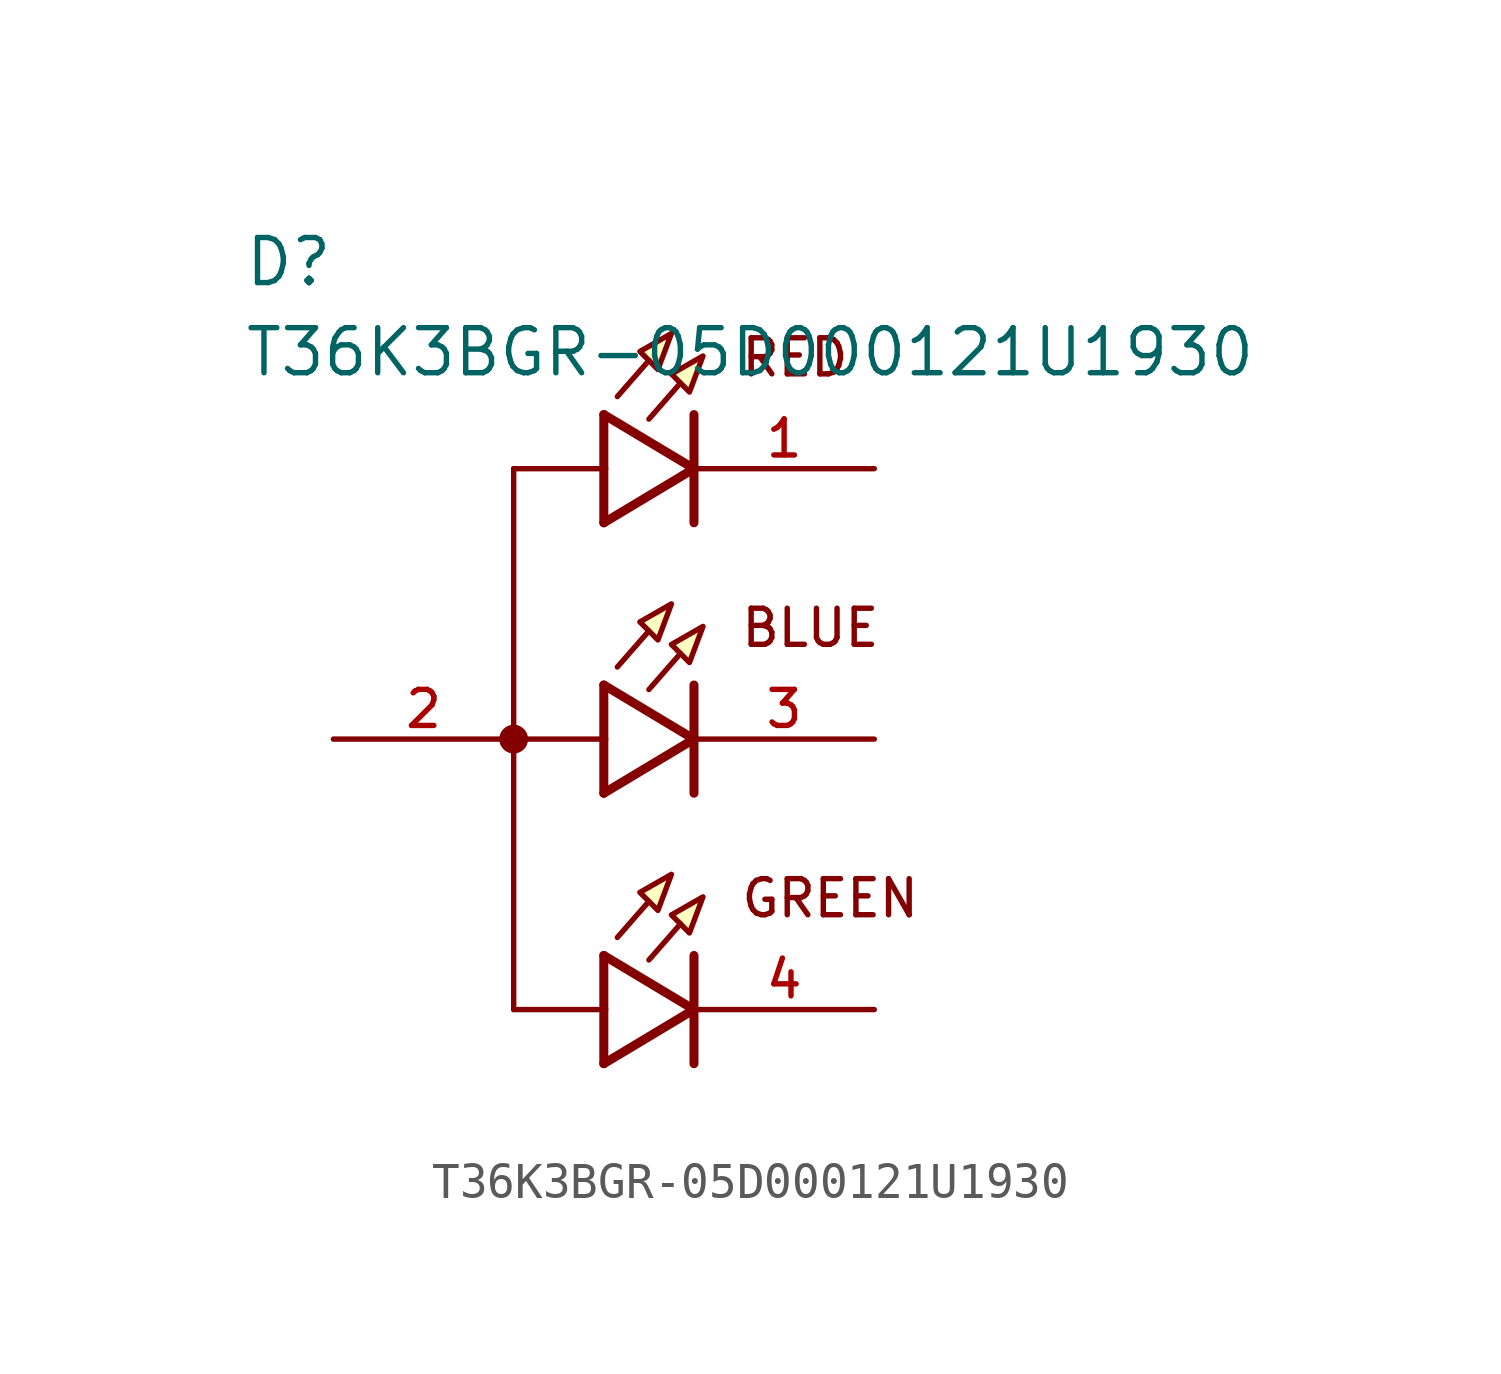
<source format=kicad_sym>
(kicad_symbol_lib
  (version 20220914)
  (generator kicad_symbol_editor)
  (symbol "T36K3BGR-05D000121U1930"
    (pin_names
      (offset 1.016) hide)
    (property "Reference" "D"
      (at -10.16 12.7 0)
      (effects (font (size 1.27 1.27)) (justify left bottom)))
    (property "Value" "T36K3BGR-05D000121U1930"
      (at -10.16 10.16 0)
      (effects (font (size 1.27 1.27)) (justify left bottom)))
    (property "ki_locked" ""
      (at 0 0 0)
      (effects (font (size 1.27 1.27))))
    (symbol "T36K3BGR-05D000121U1930_0_0"
      (circle (center -2.54 0) (radius 0.203) (stroke (width 0.406) (type default)) (fill (type none)))
      (polyline (pts (xy -2.54 -7.62) (xy 0 -7.62)) (stroke (width 0.152) (type default)) (fill (type none)))
      (polyline (pts (xy -2.54 0) (xy -2.54 -7.62)) (stroke (width 0.152) (type default)) (fill (type none)))
      (polyline (pts (xy -2.54 7.62) (xy -2.54 0)) (stroke (width 0.152) (type default)) (fill (type none)))
      (polyline (pts (xy 0 -9.144) (xy 2.54 -7.62)) (stroke (width 0.254) (type default)) (fill (type none)))
      (polyline (pts (xy 0 -7.62) (xy 0 -9.144)) (stroke (width 0.254) (type default)) (fill (type none)))
      (polyline (pts (xy 0 -6.096) (xy 0 -7.62)) (stroke (width 0.254) (type default)) (fill (type none)))
      (polyline (pts (xy 0 -1.524) (xy 2.54 0)) (stroke (width 0.254) (type default)) (fill (type none)))
      (polyline (pts (xy 0 0) (xy -2.54 0)) (stroke (width 0.152) (type default)) (fill (type none)))
      (polyline (pts (xy 0 0) (xy 0 -1.524)) (stroke (width 0.254) (type default)) (fill (type none)))
      (polyline (pts (xy 0 1.524) (xy 0 0)) (stroke (width 0.254) (type default)) (fill (type none)))
      (polyline (pts (xy 0 6.096) (xy 2.54 7.62)) (stroke (width 0.254) (type default)) (fill (type none)))
      (polyline (pts (xy 0 7.62) (xy -2.54 7.62)) (stroke (width 0.152) (type default)) (fill (type none)))
      (polyline (pts (xy 0 7.62) (xy 0 6.096)) (stroke (width 0.254) (type default)) (fill (type none)))
      (polyline (pts (xy 0 9.144) (xy 0 7.62)) (stroke (width 0.254) (type default)) (fill (type none)))
      (polyline (pts (xy 1.27 -4.572) (xy 0.381 -5.588)) (stroke (width 0.152) (type default)) (fill (type none)))
      (polyline (pts (xy 1.27 3.048) (xy 0.381 2.032)) (stroke (width 0.152) (type default)) (fill (type none)))
      (polyline (pts (xy 1.27 10.668) (xy 0.381 9.652)) (stroke (width 0.152) (type default)) (fill (type none)))
      (polyline (pts (xy 2.159 -5.207) (xy 1.27 -6.223)) (stroke (width 0.152) (type default)) (fill (type none)))
      (polyline (pts (xy 2.159 2.413) (xy 1.27 1.397)) (stroke (width 0.152) (type default)) (fill (type none)))
      (polyline (pts (xy 2.159 10.033) (xy 1.27 9.017)) (stroke (width 0.152) (type default)) (fill (type none)))
      (polyline (pts (xy 2.54 -7.62) (xy 0 -6.096)) (stroke (width 0.254) (type default)) (fill (type none)))
      (polyline (pts (xy 2.54 -6.096) (xy 2.54 -9.144)) (stroke (width 0.254) (type default)) (fill (type none)))
      (polyline (pts (xy 2.54 0) (xy 0 1.524)) (stroke (width 0.254) (type default)) (fill (type none)))
      (polyline (pts (xy 2.54 1.524) (xy 2.54 -1.524)) (stroke (width 0.254) (type default)) (fill (type none)))
      (polyline (pts (xy 2.54 7.62) (xy 0 9.144)) (stroke (width 0.254) (type default)) (fill (type none)))
      (polyline (pts (xy 2.54 9.144) (xy 2.54 6.096)) (stroke (width 0.254) (type default)) (fill (type none)))
      (polyline (pts (xy 1.016 -4.318) (xy 1.524 -4.826) (xy 1.905 -3.81) (xy 1.016 -4.318)) (stroke (width 0.152) (type default)) (fill (type background)))
      (polyline (pts (xy 1.016 3.302) (xy 1.524 2.794) (xy 1.905 3.81) (xy 1.016 3.302)) (stroke (width 0.152) (type default)) (fill (type background)))
      (polyline (pts (xy 1.016 10.922) (xy 1.524 10.414) (xy 1.905 11.43) (xy 1.016 10.922)) (stroke (width 0.152) (type default)) (fill (type background)))
      (polyline (pts (xy 1.905 -4.953) (xy 2.413 -5.461) (xy 2.794 -4.445) (xy 1.905 -4.953)) (stroke (width 0.152) (type default)) (fill (type background)))
      (polyline (pts (xy 1.905 2.667) (xy 2.413 2.159) (xy 2.794 3.175) (xy 1.905 2.667)) (stroke (width 0.152) (type default)) (fill (type background)))
      (polyline (pts (xy 1.905 10.287) (xy 2.413 9.779) (xy 2.794 10.795) (xy 1.905 10.287)) (stroke (width 0.152) (type default)) (fill (type background)))
      (text "BLUE" (at 3.81 2.54 0) (effects (font (size 1.016 1.016)) (justify left bottom)))
      (text "GREEN" (at 3.81 -5.08 0) (effects (font (size 1.016 1.016)) (justify left bottom)))
      (text "RED" (at 3.81 10.16 0) (effects (font (size 1.016 1.016)) (justify left bottom)))
      (pin passive line (at 7.62 7.62 180) (length 5.08) (name "~" (effects (font (size 1.016 1.016)))) (number "1" (effects (font (size 1.016 1.016)))))
      (pin passive line (at -7.62 0 0) (length 5.08) (name "~" (effects (font (size 1.016 1.016)))) (number "2" (effects (font (size 1.016 1.016)))))
      (pin passive line (at 7.62 0 180) (length 5.08) (name "~" (effects (font (size 1.016 1.016)))) (number "3" (effects (font (size 1.016 1.016)))))
      (pin passive line (at 7.62 -7.62 180) (length 5.08) (name "~" (effects (font (size 1.016 1.016)))) (number "4" (effects (font (size 1.016 1.016))))))))
</source>
